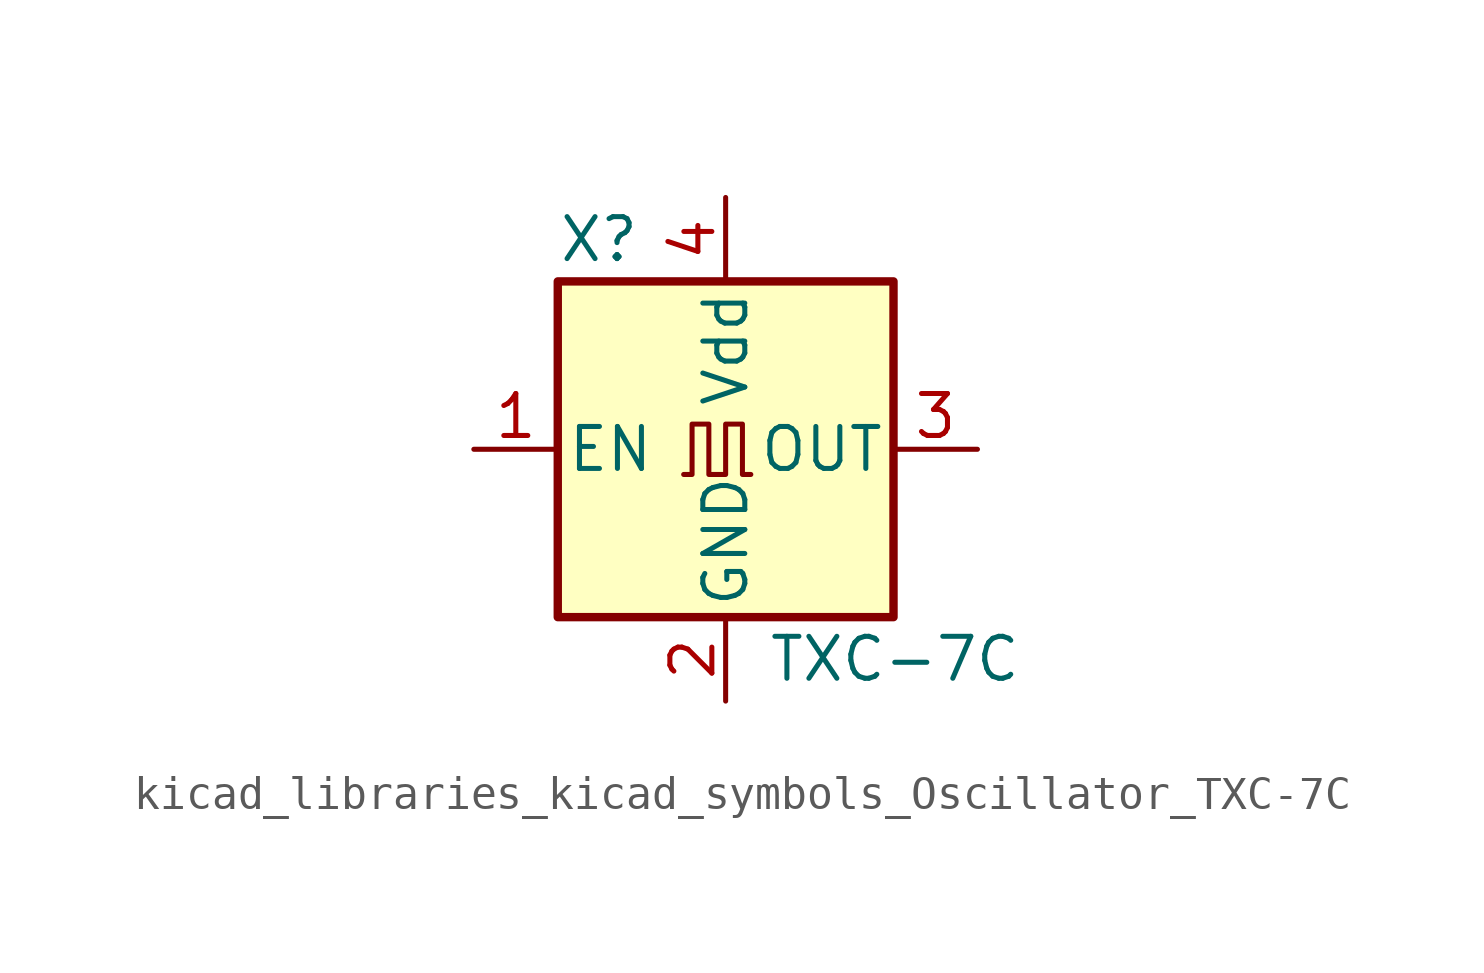
<source format=kicad_sym>
(kicad_symbol_lib
  (version 20220914)
  (generator kicad_symbol_editor)
  (symbol "kicad_libraries_kicad_symbols_Oscillator_TXC-7C"
    (pin_names
      (offset 0.254))
    (property "Reference" "X"
      (at -5.08 6.35 0)
      (effects (font (size 1.27 1.27)) (justify left)))
    (property "Value" "TXC-7C"
      (at 1.27 -6.35 0)
      (effects (font (size 1.27 1.27)) (justify left)))
    (symbol "kicad_libraries_kicad_symbols_Oscillator_TXC-7C_0_1"
      (rectangle (start -5.08 5.08) (end 5.08 -5.08) (stroke (width 0.254) (type default)) (fill (type background)))
      (polyline (pts (xy -1.27 -0.762) (xy -1.016 -0.762) (xy -1.016 0.762) (xy -0.508 0.762) (xy -0.508 -0.762) (xy 0 -0.762) (xy 0 0.762) (xy 0.508 0.762) (xy 0.508 -0.762) (xy 0.762 -0.762)) (stroke (width 0) (type default)) (fill (type none))))
    (symbol "kicad_libraries_kicad_symbols_Oscillator_TXC-7C_1_1"
      (pin input line (at -7.62 0 0) (length 2.54) (name "EN" (effects (font (size 1.27 1.27)))) (number "1" (effects (font (size 1.27 1.27)))))
      (pin power_in line (at 0 -7.62 90) (length 2.54) (name "GND" (effects (font (size 1.27 1.27)))) (number "2" (effects (font (size 1.27 1.27)))))
      (pin output line (at 7.62 0 180) (length 2.54) (name "OUT" (effects (font (size 1.27 1.27)))) (number "3" (effects (font (size 1.27 1.27)))))
      (pin power_in line (at 0 7.62 270) (length 2.54) (name "Vdd" (effects (font (size 1.27 1.27)))) (number "4" (effects (font (size 1.27 1.27))))))))
</source>
